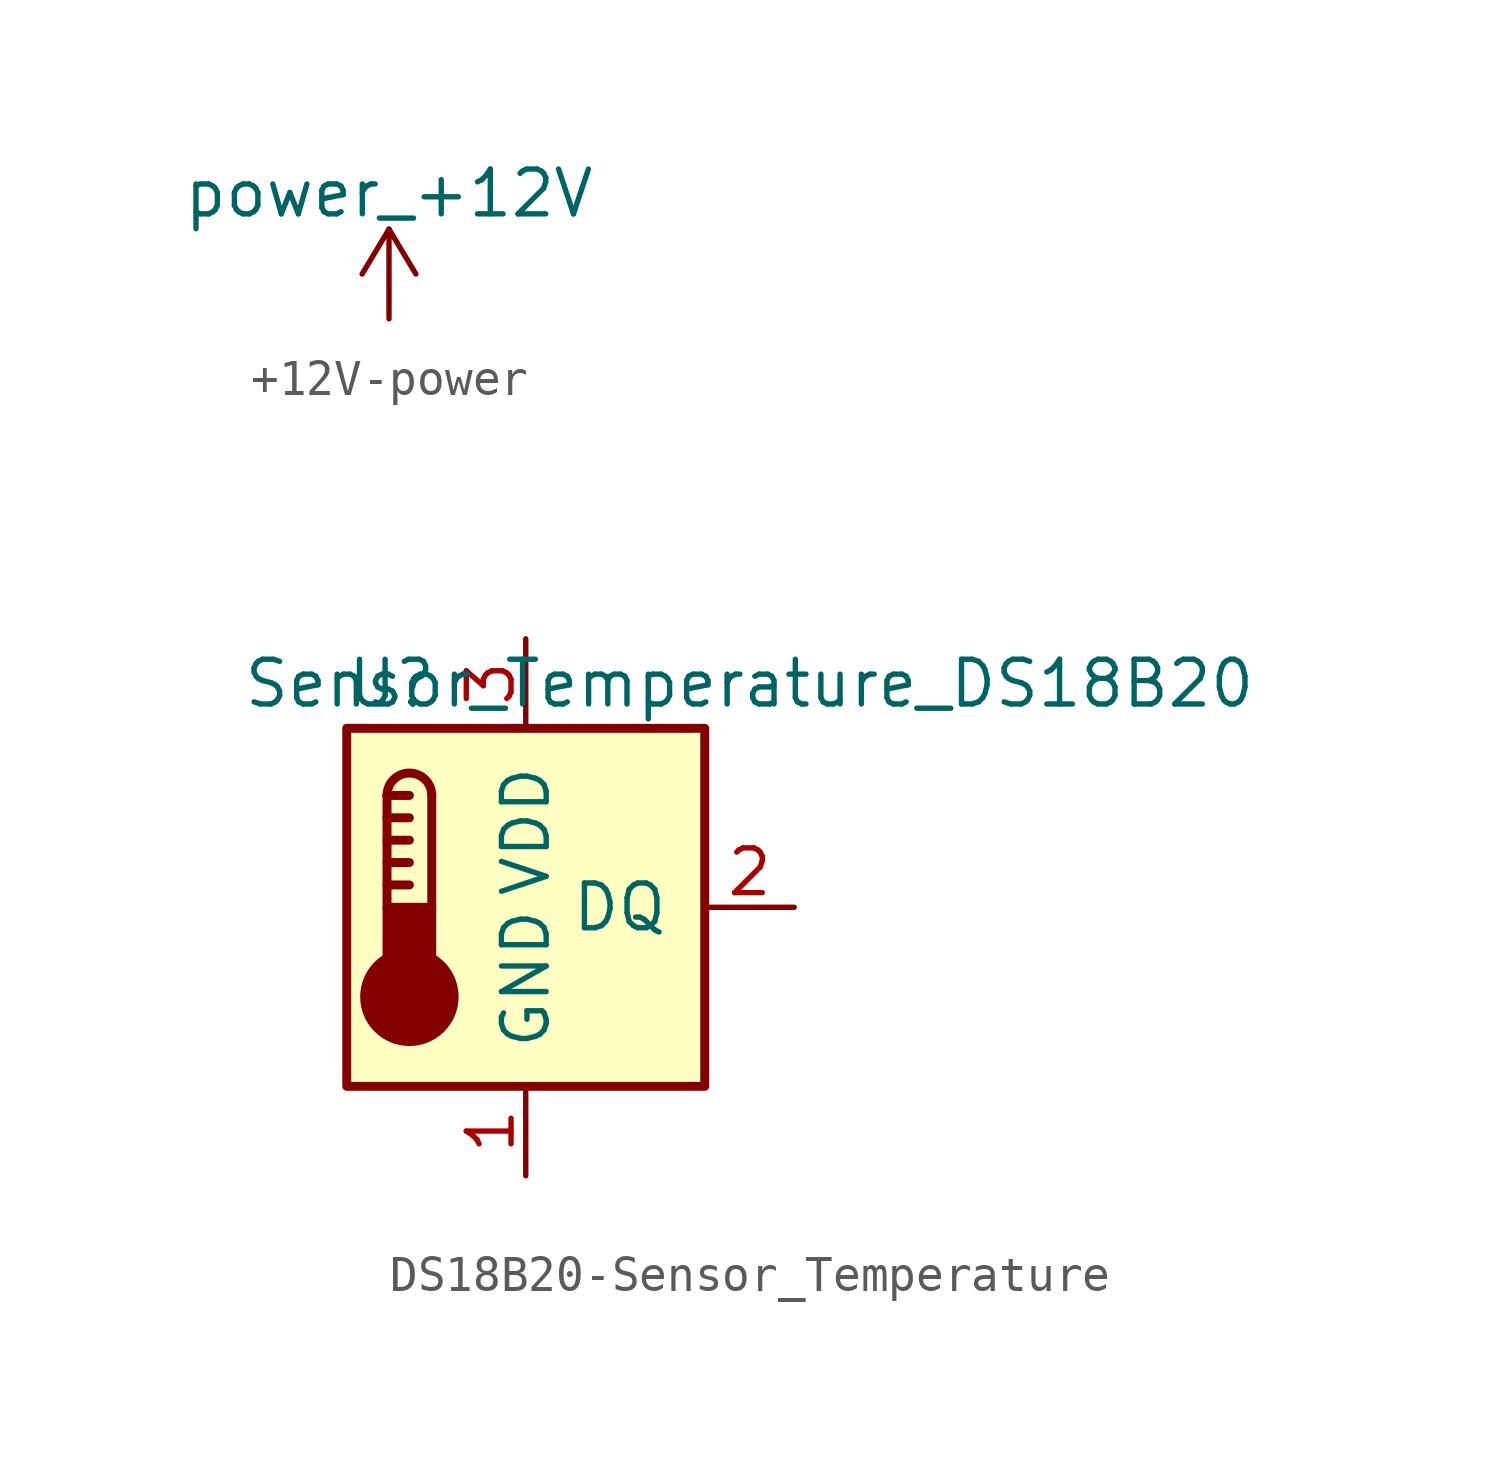
<source format=kicad_sym>
(kicad_symbol_lib
  (version 20231120)
  (generator "kicad_symbol_editor")
  (generator_version "8.0")
  (symbol "+12V-power"
    (power)
    (pin_names
      (offset 0))
    (property "Reference" "#PWR"
      (at 0 -3.81 0)
      (effects (font (size 1.27 1.27)) (hide yes)))
    (property "Value" "power_+12V"
      (at 0 3.556 0)
      (effects (font (size 1.27 1.27))))
    (symbol "+12V-power_0_1"
      (polyline (pts (xy -0.762 1.27) (xy 0 2.54)) (stroke (width 0) (type solid)) (fill (type none)))
      (polyline (pts (xy 0 0) (xy 0 2.54)) (stroke (width 0) (type solid)) (fill (type none)))
      (polyline (pts (xy 0 2.54) (xy 0.762 1.27)) (stroke (width 0) (type solid)) (fill (type none))))
    (symbol "+12V-power_1_1"
      (pin power_in line (at 0 0 90) (length 0) hide (name "+12V" (effects (font (size 1.27 1.27)))) (number "1" (effects (font (size 1.27 1.27)))))))
  (symbol "DS18B20-Sensor_Temperature"
    (pin_names
      (offset 1.016))
    (property "Reference" "U"
      (at -3.81 6.35 0)
      (effects (font (size 1.27 1.27))))
    (property "Value" "Sensor_Temperature_DS18B20"
      (at 6.35 6.35 0)
      (effects (font (size 1.27 1.27))))
    (symbol "DS18B20-Sensor_Temperature_0_1"
      (rectangle (start -5.08 5.08) (end 5.08 -5.08) (stroke (width 0.254) (type solid)) (fill (type background)))
      (circle (center -3.302 -2.54) (radius 1.27) (stroke (width 0.254) (type solid)) (fill (type outline)))
      (rectangle (start -2.667 -1.905) (end -3.937 0) (stroke (width 0.254) (type solid)) (fill (type outline)))
      (arc (start -2.667 3.175) (mid -3.302 3.81) (end -3.937 3.175) (stroke (width 0.254) (type solid)) (fill (type none)))
      (polyline (pts (xy -3.937 0.635) (xy -3.302 0.635)) (stroke (width 0.254) (type solid)) (fill (type none)))
      (polyline (pts (xy -3.937 1.27) (xy -3.302 1.27)) (stroke (width 0.254) (type solid)) (fill (type none)))
      (polyline (pts (xy -3.937 1.905) (xy -3.302 1.905)) (stroke (width 0.254) (type solid)) (fill (type none)))
      (polyline (pts (xy -3.937 2.54) (xy -3.302 2.54)) (stroke (width 0.254) (type solid)) (fill (type none)))
      (polyline (pts (xy -3.937 3.175) (xy -3.937 0)) (stroke (width 0.254) (type solid)) (fill (type none)))
      (polyline (pts (xy -3.937 3.175) (xy -3.302 3.175)) (stroke (width 0.254) (type solid)) (fill (type none)))
      (polyline (pts (xy -2.667 3.175) (xy -2.667 0)) (stroke (width 0.254) (type solid)) (fill (type none))))
    (symbol "DS18B20-Sensor_Temperature_1_1"
      (pin power_in line (at 0 -7.62 90) (length 2.54) (name "GND" (effects (font (size 1.27 1.27)))) (number "1" (effects (font (size 1.27 1.27)))))
      (pin bidirectional line (at 7.62 0 180) (length 2.54) (name "DQ" (effects (font (size 1.27 1.27)))) (number "2" (effects (font (size 1.27 1.27)))))
      (pin power_in line (at 0 7.62 270) (length 2.54) (name "VDD" (effects (font (size 1.27 1.27)))) (number "3" (effects (font (size 1.27 1.27))))))))
</source>
